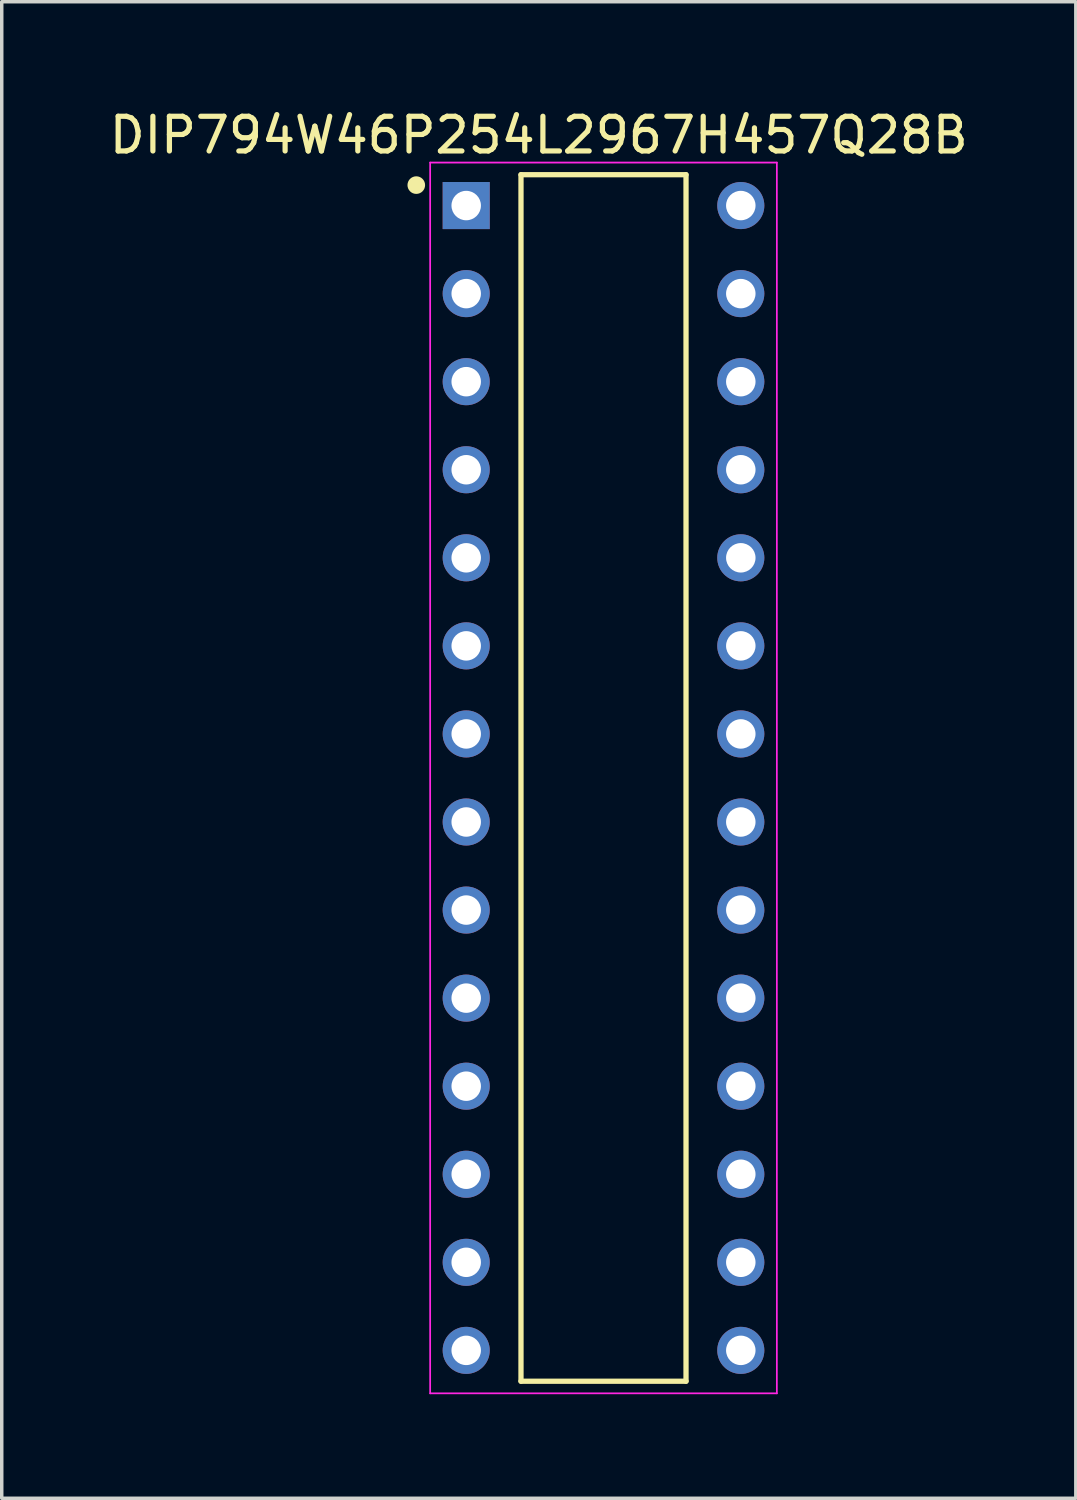
<source format=kicad_pcb>
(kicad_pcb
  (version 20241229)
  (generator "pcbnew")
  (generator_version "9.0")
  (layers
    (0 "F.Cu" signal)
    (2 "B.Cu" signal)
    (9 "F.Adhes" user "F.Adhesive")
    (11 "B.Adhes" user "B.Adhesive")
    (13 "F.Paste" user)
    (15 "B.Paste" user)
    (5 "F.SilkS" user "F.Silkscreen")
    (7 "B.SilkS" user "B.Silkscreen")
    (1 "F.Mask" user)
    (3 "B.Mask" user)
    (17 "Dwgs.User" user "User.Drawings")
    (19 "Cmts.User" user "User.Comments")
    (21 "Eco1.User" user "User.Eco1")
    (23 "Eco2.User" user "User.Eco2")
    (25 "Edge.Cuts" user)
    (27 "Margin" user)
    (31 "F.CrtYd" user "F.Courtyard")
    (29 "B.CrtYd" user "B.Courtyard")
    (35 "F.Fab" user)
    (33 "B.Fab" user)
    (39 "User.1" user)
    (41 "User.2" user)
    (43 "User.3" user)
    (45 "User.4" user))
  (footprint "DIP794W46P254L2967H457Q28B"
    (layer "F.Cu")
    (at 14.357 19.389)
    (property "Reference" "DIP794W46P254L2967H457Q28B" (at -1.867 -18.54 0) (layer "F.SilkS") (effects (font (size 1.001 1.001) (thickness 0.15))))
    (attr through_hole)
    (fp_line (start -2.38 -17.4) (end -2.38 17.4) (stroke (width 0.152) (type solid)) (layer "F.SilkS"))
    (fp_line (start 2.38 -17.4) (end -2.38 -17.4) (stroke (width 0.152) (type solid)) (layer "F.SilkS"))
    (fp_line (start 2.38 17.4) (end -2.38 17.4) (stroke (width 0.152) (type solid)) (layer "F.SilkS"))
    (fp_line (start 2.38 17.4) (end 2.38 -17.4) (stroke (width 0.152) (type solid)) (layer "F.SilkS"))
    (fp_circle (center -5.4 -17.1) (end -5.146 -17.1) (stroke (width 0) (type solid)) (fill yes) (layer "F.SilkS"))
    (fp_line (start -5 -17.75) (end 5 -17.75) (stroke (width 0.05) (type solid)) (layer "F.CrtYd"))
    (fp_line (start -5 17.75) (end -5 -17.75) (stroke (width 0.05) (type solid)) (layer "F.CrtYd"))
    (fp_line (start 5 -17.75) (end 5 17.75) (stroke (width 0.05) (type solid)) (layer "F.CrtYd"))
    (fp_line (start 5 17.75) (end -5 17.75) (stroke (width 0.05) (type solid)) (layer "F.CrtYd"))
    (pad "1" thru_hole rect (at -3.96 -16.51) (size 1.358 1.358) (drill 0.85) (layers "*.Cu" "*.Mask"))
    (pad "2" thru_hole circle (at -3.96 -13.97) (size 1.358 1.358) (drill 0.85) (layers "*.Cu" "*.Mask"))
    (pad "3" thru_hole circle (at -3.96 -11.43) (size 1.358 1.358) (drill 0.85) (layers "*.Cu" "*.Mask"))
    (pad "4" thru_hole circle (at -3.96 -8.89) (size 1.358 1.358) (drill 0.85) (layers "*.Cu" "*.Mask"))
    (pad "5" thru_hole circle (at -3.96 -6.35) (size 1.358 1.358) (drill 0.85) (layers "*.Cu" "*.Mask"))
    (pad "6" thru_hole circle (at -3.96 -3.81) (size 1.358 1.358) (drill 0.85) (layers "*.Cu" "*.Mask"))
    (pad "7" thru_hole circle (at -3.96 -1.27) (size 1.358 1.358) (drill 0.85) (layers "*.Cu" "*.Mask"))
    (pad "8" thru_hole circle (at -3.96 1.27) (size 1.358 1.358) (drill 0.85) (layers "*.Cu" "*.Mask"))
    (pad "9" thru_hole circle (at -3.96 3.81) (size 1.358 1.358) (drill 0.85) (layers "*.Cu" "*.Mask"))
    (pad "10" thru_hole circle (at -3.96 6.35) (size 1.358 1.358) (drill 0.85) (layers "*.Cu" "*.Mask"))
    (pad "11" thru_hole circle (at -3.96 8.89) (size 1.358 1.358) (drill 0.85) (layers "*.Cu" "*.Mask"))
    (pad "12" thru_hole circle (at -3.96 11.43) (size 1.358 1.358) (drill 0.85) (layers "*.Cu" "*.Mask"))
    (pad "13" thru_hole circle (at -3.96 13.97) (size 1.358 1.358) (drill 0.85) (layers "*.Cu" "*.Mask"))
    (pad "14" thru_hole circle (at -3.96 16.51) (size 1.358 1.358) (drill 0.85) (layers "*.Cu" "*.Mask"))
    (pad "15" thru_hole circle (at 3.96 16.51) (size 1.358 1.358) (drill 0.85) (layers "*.Cu" "*.Mask"))
    (pad "16" thru_hole circle (at 3.96 13.97) (size 1.358 1.358) (drill 0.85) (layers "*.Cu" "*.Mask"))
    (pad "17" thru_hole circle (at 3.96 11.43) (size 1.358 1.358) (drill 0.85) (layers "*.Cu" "*.Mask"))
    (pad "18" thru_hole circle (at 3.96 8.89) (size 1.358 1.358) (drill 0.85) (layers "*.Cu" "*.Mask"))
    (pad "19" thru_hole circle (at 3.96 6.35) (size 1.358 1.358) (drill 0.85) (layers "*.Cu" "*.Mask"))
    (pad "20" thru_hole circle (at 3.96 3.81) (size 1.358 1.358) (drill 0.85) (layers "*.Cu" "*.Mask"))
    (pad "21" thru_hole circle (at 3.96 1.27) (size 1.358 1.358) (drill 0.85) (layers "*.Cu" "*.Mask"))
    (pad "22" thru_hole circle (at 3.96 -1.27) (size 1.358 1.358) (drill 0.85) (layers "*.Cu" "*.Mask"))
    (pad "23" thru_hole circle (at 3.96 -3.81) (size 1.358 1.358) (drill 0.85) (layers "*.Cu" "*.Mask"))
    (pad "24" thru_hole circle (at 3.96 -6.35) (size 1.358 1.358) (drill 0.85) (layers "*.Cu" "*.Mask"))
    (pad "25" thru_hole circle (at 3.96 -8.89) (size 1.358 1.358) (drill 0.85) (layers "*.Cu" "*.Mask"))
    (pad "26" thru_hole circle (at 3.96 -11.43) (size 1.358 1.358) (drill 0.85) (layers "*.Cu" "*.Mask"))
    (pad "27" thru_hole circle (at 3.96 -13.97) (size 1.358 1.358) (drill 0.85) (layers "*.Cu" "*.Mask"))
    (pad "28" thru_hole circle (at 3.96 -16.51) (size 1.358 1.358) (drill 0.85) (layers "*.Cu" "*.Mask")))
  (gr_rect
    (start -3 -3)
    (end 27.98 40.164)
    (stroke (width 0.1) (type default))
    (fill no)
    (layer "Edge.Cuts")))
</source>
